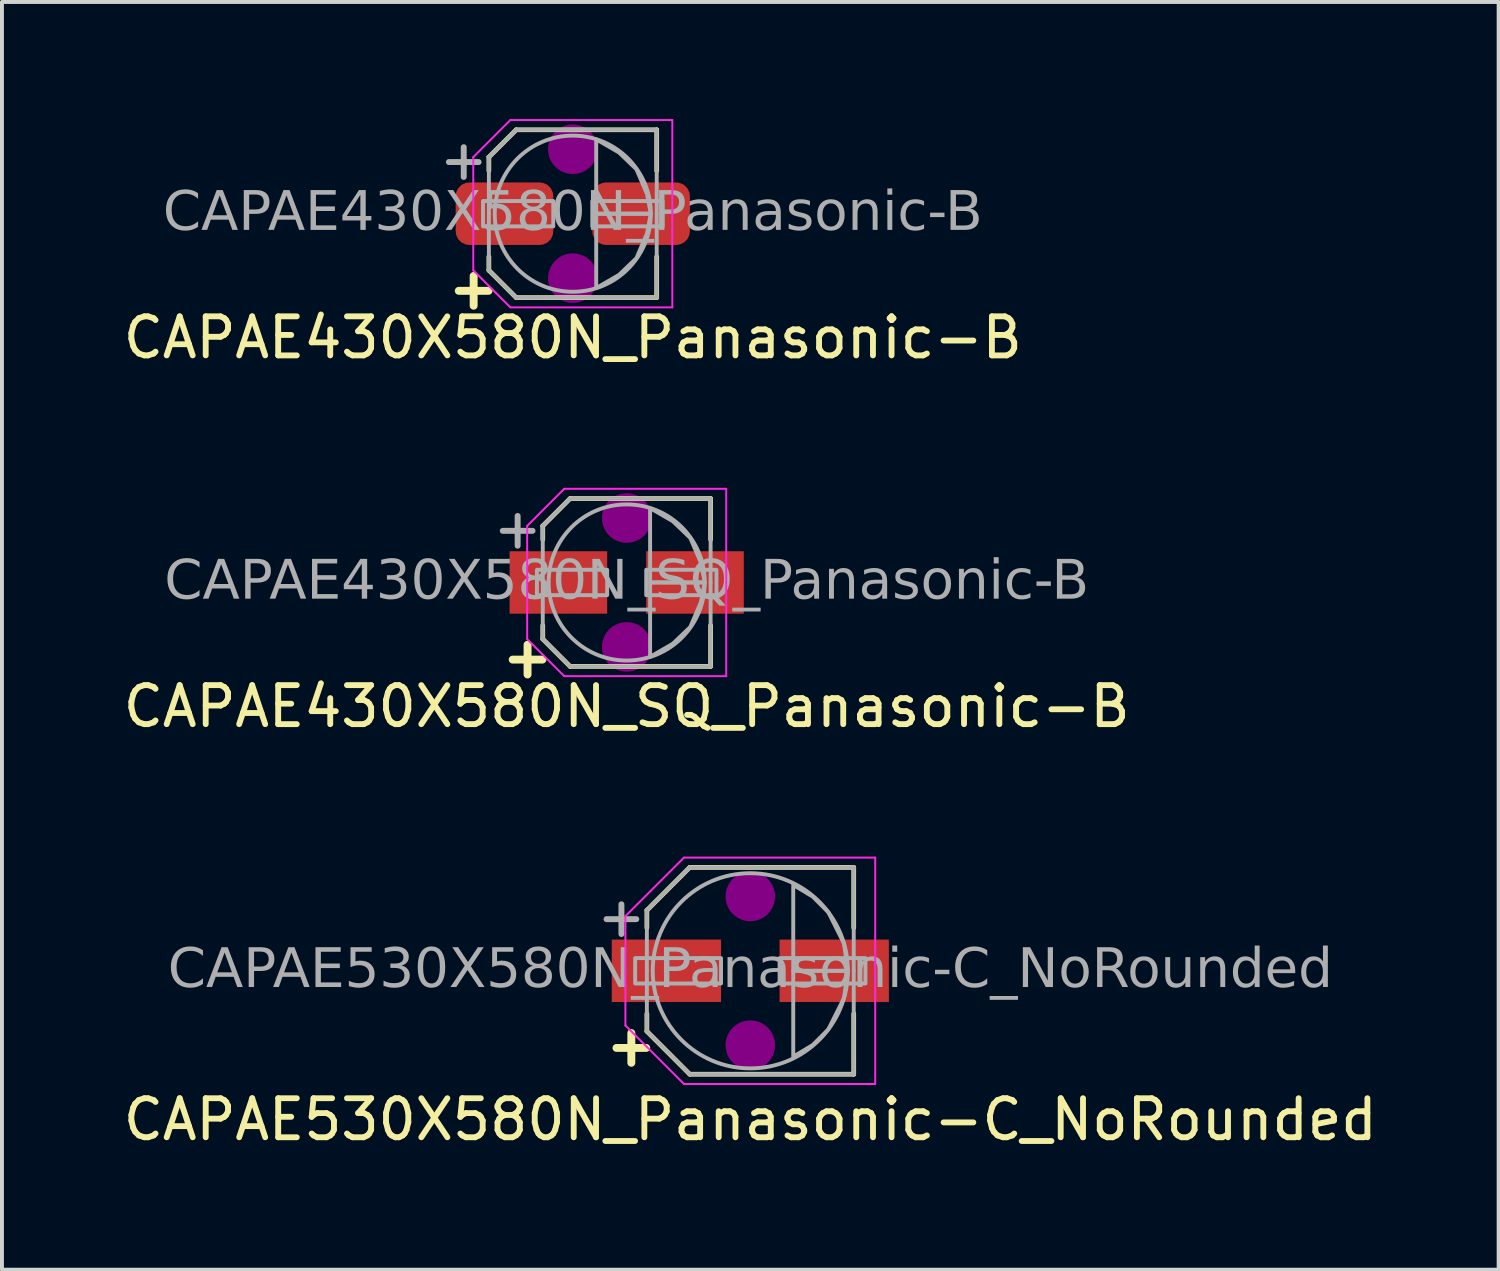
<source format=kicad_pcb>
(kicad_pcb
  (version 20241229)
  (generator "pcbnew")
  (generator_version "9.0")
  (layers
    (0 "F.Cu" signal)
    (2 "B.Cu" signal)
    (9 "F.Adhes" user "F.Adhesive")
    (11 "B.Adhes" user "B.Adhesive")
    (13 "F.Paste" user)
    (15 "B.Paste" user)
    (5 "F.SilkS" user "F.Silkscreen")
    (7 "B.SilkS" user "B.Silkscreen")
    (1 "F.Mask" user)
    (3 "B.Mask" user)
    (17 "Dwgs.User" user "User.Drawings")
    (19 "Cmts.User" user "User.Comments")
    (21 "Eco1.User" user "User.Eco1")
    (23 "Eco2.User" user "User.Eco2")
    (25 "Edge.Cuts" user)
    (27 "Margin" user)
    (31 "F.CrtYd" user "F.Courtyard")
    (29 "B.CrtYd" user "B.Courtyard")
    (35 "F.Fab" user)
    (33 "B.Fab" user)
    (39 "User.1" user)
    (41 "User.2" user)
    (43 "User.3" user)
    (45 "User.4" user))
  (footprint "CAPAE430X580N_SQ_Panasonic-B"
    (layer "F.Cu")
    (at 13.006 11.873)
    (property "Reference" "CAPAE430X580N_SQ_Panasonic-B" (at 0 3.175 0) (layer "F.SilkS") (effects (font (size 1 1) (thickness 0.15))))
    (attr smd)
    (fp_line (start -2.15 -1.45) (end -1.45 -2.15) (stroke (width 0.12) (type default)) (layer "F.SilkS"))
    (fp_line (start -2.15 -1.1) (end -2.15 -1.45) (stroke (width 0.12) (type default)) (layer "F.SilkS"))
    (fp_line (start -2.15 1.1) (end -2.15 1.45) (stroke (width 0.12) (type default)) (layer "F.SilkS"))
    (fp_line (start -2.15 1.45) (end -1.45 2.15) (stroke (width 0.12) (type default)) (layer "F.SilkS"))
    (fp_line (start -1.45 -2.15) (end 2.15 -2.15) (stroke (width 0.12) (type solid)) (layer "F.SilkS"))
    (fp_line (start -1.45 2.15) (end 2.15 2.15) (stroke (width 0.12) (type solid)) (layer "F.SilkS"))
    (fp_line (start 2.15 -1.1) (end 2.15 -2.15) (stroke (width 0.12) (type solid)) (layer "F.SilkS"))
    (fp_line (start 2.15 1.1) (end 2.15 2.15) (stroke (width 0.12) (type solid)) (layer "F.SilkS"))
    (fp_circle (center 0 -1.651) (end 0.635 -1.651) (stroke (width 0) (type solid)) (fill yes) (layer "F.Adhes"))
    (fp_circle (center 0 1.651) (end 0.635 1.651) (stroke (width 0) (type solid)) (fill yes) (layer "F.Adhes"))
    (fp_line (start -2.55 -1.45) (end -2.55 0) (stroke (width 0.05) (type solid)) (layer "F.CrtYd"))
    (fp_line (start -2.55 -1.45) (end -1.6 -2.4) (stroke (width 0.05) (type solid)) (layer "F.CrtYd"))
    (fp_line (start -2.55 1.45) (end -2.55 0) (stroke (width 0.05) (type solid)) (layer "F.CrtYd"))
    (fp_line (start -2.55 1.45) (end -1.6 2.4) (stroke (width 0.05) (type solid)) (layer "F.CrtYd"))
    (fp_line (start -1.6 -2.4) (end 2.55 -2.4) (stroke (width 0.05) (type solid)) (layer "F.CrtYd"))
    (fp_line (start -1.6 2.4) (end 2.55 2.4) (stroke (width 0.05) (type solid)) (layer "F.CrtYd"))
    (fp_line (start 2.55 -2.4) (end 2.55 0) (stroke (width 0.05) (type solid)) (layer "F.CrtYd"))
    (fp_line (start 2.55 2.4) (end 2.55 0) (stroke (width 0.05) (type solid)) (layer "F.CrtYd"))
    (fp_line (start -2.15 -1.45) (end -1.45 -2.15) (stroke (width 0.1) (type default)) (layer "F.Fab"))
    (fp_line (start -2.15 0) (end -2.15 -1.45) (stroke (width 0.1) (type solid)) (layer "F.Fab"))
    (fp_line (start -2.15 0) (end -2.15 1.45) (stroke (width 0.1) (type solid)) (layer "F.Fab"))
    (fp_line (start -2.15 1.45) (end -1.45 2.15) (stroke (width 0.1) (type default)) (layer "F.Fab"))
    (fp_line (start -1.45 -2.15) (end 2.15 -2.15) (stroke (width 0.1) (type solid)) (layer "F.Fab"))
    (fp_line (start -1.45 2.15) (end 2.15 2.15) (stroke (width 0.1) (type solid)) (layer "F.Fab"))
    (fp_line (start 2.15 0) (end 2.15 -2.15) (stroke (width 0.1) (type solid)) (layer "F.Fab"))
    (fp_line (start 2.15 0) (end 2.15 2.15) (stroke (width 0.1) (type solid)) (layer "F.Fab"))
    (fp_rect (start -0.5 0.325) (end -2.3 -0.325) (stroke (width 0.1) (type solid)) (fill no) (layer "F.Fab"))
    (fp_rect (start 0.5 0.325) (end 2.3 -0.325) (stroke (width 0.1) (type solid)) (fill no) (layer "F.Fab"))
    (fp_circle (center 0 0) (end 2 0) (stroke (width 0.1) (type default)) (fill no) (layer "F.Fab"))
    (fp_poly (pts (xy 0.6 -1.905) (xy 1.182 -1.569) (xy 1.629 -1.141) (xy 1.9 -0.508) (xy 2 0) (xy 0.6 0)) (stroke (width 0.1) (type solid)) (fill no) (layer "F.Fab"))
    (fp_poly (pts (xy 0.6 1.905) (xy 1.182 1.569) (xy 1.629 1.141) (xy 1.9 0.508) (xy 2 0) (xy 0.6 0)) (stroke (width 0.1) (type solid)) (fill no) (layer "F.Fab"))
    (fp_text user "+" (at -2.54 1.905 0) (unlocked yes) (layer "F.SilkS") (effects (font (size 1 1) (thickness 0.203) (bold yes))))
    (fp_text user "+" (at -2.794 -1.397 0) (unlocked yes) (layer "F.Fab") (effects (font (size 1 1) (thickness 0.152))))
    (fp_text user "${REFERENCE}" (at 0 0 0) (layer "F.Fab") (effects (font (face "Tahoma") (size 1 1) (thickness 0.15))))
    (pad "1" smd rect (at -1.75 0) (size 2.5 1.6) (layers "F.Cu" "F.Mask" "F.Paste"))
    (pad "2" smd rect (at 1.75 0) (size 2.5 1.6) (layers "F.Cu" "F.Mask" "F.Paste")))
  (footprint "CAPAE430X580N_Panasonic-B"
    (layer "F.Cu")
    (at 11.625 2.425)
    (property "Reference" "CAPAE430X580N_Panasonic-B" (at 0 3.175 0) (layer "F.SilkS") (effects (font (size 1 1) (thickness 0.15))))
    (attr smd)
    (fp_line (start -2.15 -1.45) (end -1.45 -2.15) (stroke (width 0.12) (type default)) (layer "F.SilkS"))
    (fp_line (start -2.15 -1.1) (end -2.15 -1.45) (stroke (width 0.12) (type default)) (layer "F.SilkS"))
    (fp_line (start -2.15 1.1) (end -2.15 1.45) (stroke (width 0.12) (type default)) (layer "F.SilkS"))
    (fp_line (start -2.15 1.45) (end -1.45 2.15) (stroke (width 0.12) (type default)) (layer "F.SilkS"))
    (fp_line (start -1.45 -2.15) (end 2.15 -2.15) (stroke (width 0.12) (type solid)) (layer "F.SilkS"))
    (fp_line (start -1.45 2.15) (end 2.15 2.15) (stroke (width 0.12) (type solid)) (layer "F.SilkS"))
    (fp_line (start 2.15 -1.1) (end 2.15 -2.15) (stroke (width 0.12) (type solid)) (layer "F.SilkS"))
    (fp_line (start 2.15 1.1) (end 2.15 2.15) (stroke (width 0.12) (type solid)) (layer "F.SilkS"))
    (fp_circle (center 0 -1.651) (end 0.635 -1.651) (stroke (width 0) (type solid)) (fill yes) (layer "F.Adhes"))
    (fp_circle (center 0 1.651) (end 0.635 1.651) (stroke (width 0) (type solid)) (fill yes) (layer "F.Adhes"))
    (fp_line (start -2.55 -1.45) (end -2.55 0) (stroke (width 0.05) (type solid)) (layer "F.CrtYd"))
    (fp_line (start -2.55 -1.45) (end -1.6 -2.4) (stroke (width 0.05) (type solid)) (layer "F.CrtYd"))
    (fp_line (start -2.55 1.45) (end -2.55 0) (stroke (width 0.05) (type solid)) (layer "F.CrtYd"))
    (fp_line (start -2.55 1.45) (end -1.6 2.4) (stroke (width 0.05) (type solid)) (layer "F.CrtYd"))
    (fp_line (start -1.6 -2.4) (end 2.55 -2.4) (stroke (width 0.05) (type solid)) (layer "F.CrtYd"))
    (fp_line (start -1.6 2.4) (end 2.55 2.4) (stroke (width 0.05) (type solid)) (layer "F.CrtYd"))
    (fp_line (start 2.55 -2.4) (end 2.55 0) (stroke (width 0.05) (type solid)) (layer "F.CrtYd"))
    (fp_line (start 2.55 2.4) (end 2.55 0) (stroke (width 0.05) (type solid)) (layer "F.CrtYd"))
    (fp_line (start -2.15 -1.45) (end -1.45 -2.15) (stroke (width 0.1) (type default)) (layer "F.Fab"))
    (fp_line (start -2.15 0) (end -2.15 -1.45) (stroke (width 0.1) (type solid)) (layer "F.Fab"))
    (fp_line (start -2.15 0) (end -2.15 1.45) (stroke (width 0.1) (type solid)) (layer "F.Fab"))
    (fp_line (start -2.15 1.45) (end -1.45 2.15) (stroke (width 0.1) (type default)) (layer "F.Fab"))
    (fp_line (start -1.45 -2.15) (end 2.15 -2.15) (stroke (width 0.1) (type solid)) (layer "F.Fab"))
    (fp_line (start -1.45 2.15) (end 2.15 2.15) (stroke (width 0.1) (type solid)) (layer "F.Fab"))
    (fp_line (start 2.15 0) (end 2.15 -2.15) (stroke (width 0.1) (type solid)) (layer "F.Fab"))
    (fp_line (start 2.15 0) (end 2.15 2.15) (stroke (width 0.1) (type solid)) (layer "F.Fab"))
    (fp_rect (start -0.5 0.325) (end -2.3 -0.325) (stroke (width 0.1) (type solid)) (fill no) (layer "F.Fab"))
    (fp_rect (start 0.5 0.325) (end 2.3 -0.325) (stroke (width 0.1) (type solid)) (fill no) (layer "F.Fab"))
    (fp_circle (center 0 0) (end 2 0) (stroke (width 0.1) (type default)) (fill no) (layer "F.Fab"))
    (fp_poly (pts (xy 0.6 -1.905) (xy 1.182 -1.569) (xy 1.629 -1.141) (xy 1.9 -0.508) (xy 2 0) (xy 0.6 0)) (stroke (width 0.1) (type solid)) (fill no) (layer "F.Fab"))
    (fp_poly (pts (xy 0.6 1.905) (xy 1.182 1.569) (xy 1.629 1.141) (xy 1.9 0.508) (xy 2 0) (xy 0.6 0)) (stroke (width 0.1) (type solid)) (fill no) (layer "F.Fab"))
    (fp_text user "+" (at -2.54 1.905 0) (unlocked yes) (layer "F.SilkS") (effects (font (size 1 1) (thickness 0.203) (bold yes))))
    (fp_text user "+" (at -2.794 -1.397 0) (unlocked yes) (layer "F.Fab") (effects (font (size 1 1) (thickness 0.152))))
    (fp_text user "${REFERENCE}" (at 0 0 0) (layer "F.Fab") (effects (font (face "Tahoma") (size 1 1) (thickness 0.15))))
    (pad "1" smd roundrect (at -1.75 0) (size 2.5 1.6) (layers "F.Cu" "F.Mask" "F.Paste") (roundrect_rratio 0.217))
    (pad "2" smd roundrect (at 1.75 0) (size 2.5 1.6) (layers "F.Cu" "F.Mask" "F.Paste") (roundrect_rratio 0.217)))
  (footprint "CAPAE530X580N_Panasonic-C_NoRounded"
    (layer "F.Cu")
    (at 16.173 21.822)
    (property "Reference" "CAPAE530X580N_Panasonic-C_NoRounded" (at 0 3.81 0) (layer "F.SilkS") (effects (font (size 1 1) (thickness 0.15))))
    (attr smd)
    (fp_line (start -2.65 -1.55) (end -1.551 -2.65) (stroke (width 0.12) (type default)) (layer "F.SilkS"))
    (fp_line (start -2.65 -1.1) (end -2.65 -1.55) (stroke (width 0.12) (type default)) (layer "F.SilkS"))
    (fp_line (start -2.65 1.1) (end -2.65 1.55) (stroke (width 0.12) (type default)) (layer "F.SilkS"))
    (fp_line (start -2.65 1.55) (end -1.551 2.65) (stroke (width 0.12) (type default)) (layer "F.SilkS"))
    (fp_line (start -1.551 -2.65) (end 2.65 -2.65) (stroke (width 0.12) (type solid)) (layer "F.SilkS"))
    (fp_line (start -1.551 2.65) (end 2.65 2.65) (stroke (width 0.12) (type solid)) (layer "F.SilkS"))
    (fp_line (start 2.65 -1.1) (end 2.65 -2.65) (stroke (width 0.12) (type solid)) (layer "F.SilkS"))
    (fp_line (start 2.65 1.1) (end 2.65 2.65) (stroke (width 0.12) (type solid)) (layer "F.SilkS"))
    (fp_circle (center 0 -1.905) (end 0.635 -1.905) (stroke (width 0) (type solid)) (fill yes) (layer "F.Adhes"))
    (fp_circle (center 0 1.905) (end 0.635 1.905) (stroke (width 0) (type solid)) (fill yes) (layer "F.Adhes"))
    (fp_line (start -3.2 -1.4) (end -3.2 0) (stroke (width 0.05) (type solid)) (layer "F.CrtYd"))
    (fp_line (start -3.2 -1.4) (end -1.7 -2.9) (stroke (width 0.05) (type solid)) (layer "F.CrtYd"))
    (fp_line (start -3.2 1.4) (end -3.2 0) (stroke (width 0.05) (type solid)) (layer "F.CrtYd"))
    (fp_line (start -3.2 1.4) (end -1.7 2.9) (stroke (width 0.05) (type solid)) (layer "F.CrtYd"))
    (fp_line (start -1.7 -2.9) (end 3.2 -2.9) (stroke (width 0.05) (type solid)) (layer "F.CrtYd"))
    (fp_line (start -1.7 2.9) (end 3.2 2.9) (stroke (width 0.05) (type solid)) (layer "F.CrtYd"))
    (fp_line (start 3.2 -2.9) (end 3.2 0) (stroke (width 0.05) (type solid)) (layer "F.CrtYd"))
    (fp_line (start 3.2 2.9) (end 3.2 0) (stroke (width 0.05) (type solid)) (layer "F.CrtYd"))
    (fp_line (start -2.65 -1.55) (end -1.55 -2.65) (stroke (width 0.1) (type default)) (layer "F.Fab"))
    (fp_line (start -2.65 0) (end -2.65 -1.55) (stroke (width 0.1) (type solid)) (layer "F.Fab"))
    (fp_line (start -2.65 0) (end -2.65 1.55) (stroke (width 0.1) (type solid)) (layer "F.Fab"))
    (fp_line (start -2.65 1.55) (end -1.55 2.65) (stroke (width 0.1) (type default)) (layer "F.Fab"))
    (fp_line (start -1.55 -2.65) (end 2.65 -2.65) (stroke (width 0.1) (type solid)) (layer "F.Fab"))
    (fp_line (start -1.55 2.65) (end 2.65 2.65) (stroke (width 0.1) (type solid)) (layer "F.Fab"))
    (fp_line (start 2.65 0) (end 2.65 -2.65) (stroke (width 0.1) (type solid)) (layer "F.Fab"))
    (fp_line (start 2.65 0) (end 2.65 2.65) (stroke (width 0.1) (type solid)) (layer "F.Fab"))
    (fp_rect (start -2.95 0.325) (end -0.75 -0.325) (stroke (width 0.1) (type solid)) (fill no) (layer "F.Fab"))
    (fp_rect (start 2.95 0.325) (end 0.75 -0.325) (stroke (width 0.1) (type solid)) (fill no) (layer "F.Fab"))
    (fp_circle (center 0 0) (end 2.5 0) (stroke (width 0.1) (type default)) (fill no) (layer "F.Fab"))
    (fp_poly (pts (xy 1.1 -2.2) (xy 1.6 -1.9) (xy 2 -1.5) (xy 2.4 -0.7) (xy 2.5 0) (xy 1.1 0)) (stroke (width 0.1) (type solid)) (fill no) (layer "F.Fab"))
    (fp_poly (pts (xy 1.1 2.2) (xy 1.6 1.9) (xy 2 1.5) (xy 2.4 0.7) (xy 2.5 0) (xy 1.1 0)) (stroke (width 0.1) (type solid)) (fill no) (layer "F.Fab"))
    (fp_text user "+" (at -3.048 1.905 0) (unlocked yes) (layer "F.SilkS") (effects (font (size 1 1) (thickness 0.203) (bold yes))))
    (fp_text user "+" (at -3.302 -1.397 0) (unlocked yes) (layer "F.Fab") (effects (font (size 1 1) (thickness 0.152))))
    (fp_text user "${REFERENCE}" (at 0 0 0) (layer "F.Fab") (effects (font (face "Tahoma") (size 1 1) (thickness 0.15))))
    (pad "1" smd rect (at -2.15 0) (size 2.8 1.6) (layers "F.Cu" "F.Mask" "F.Paste"))
    (pad "2" smd rect (at 2.15 0) (size 2.8 1.6) (layers "F.Cu" "F.Mask" "F.Paste")))
  (gr_rect
    (start -3 -3)
    (end 35.345 29.48)
    (stroke (width 0.1) (type default))
    (fill no)
    (layer "Edge.Cuts")))
</source>
